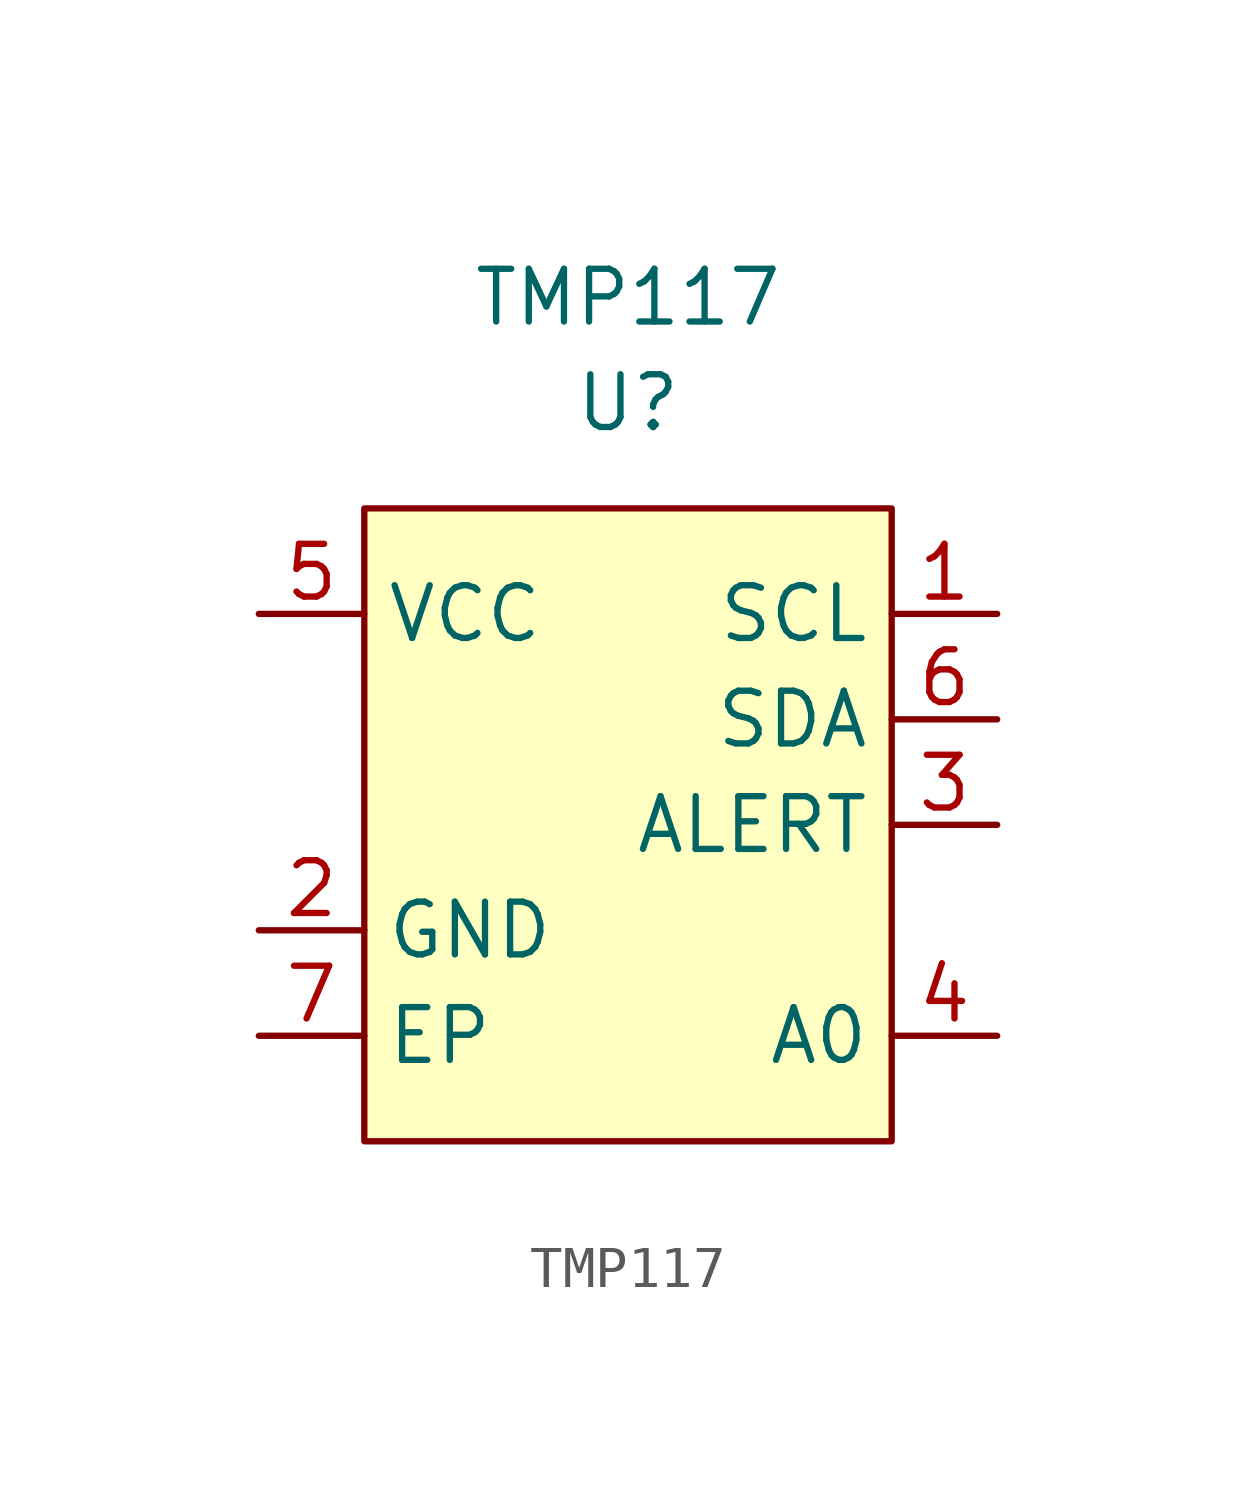
<source format=kicad_sym>
(kicad_symbol_lib
  (version 20211014)
  (generator kicad_symbol_editor)
  (symbol "TMP117"
    (property "Reference" "U"
      (at 0 2.54 0)
      (effects (font (size 1.27 1.27))))
    (property "Value" "TMP117"
      (at 0 5.08 0)
      (effects (font (size 1.27 1.27))))
    (symbol "TMP117_0_0"
      (pin input line (at 8.89 -2.54 180) (length 2.54) (name "SCL" (effects (font (size 1.27 1.27)))) (number "1" (effects (font (size 1.27 1.27)))))
      (pin power_in line (at -8.89 -10.16 0) (length 2.54) (name "GND" (effects (font (size 1.27 1.27)))) (number "2" (effects (font (size 1.27 1.27)))))
      (pin output line (at 8.89 -7.62 180) (length 2.54) (name "ALERT" (effects (font (size 1.27 1.27)))) (number "3" (effects (font (size 1.27 1.27)))))
      (pin input line (at 8.89 -12.7 180) (length 2.54) (name "A0" (effects (font (size 1.27 1.27)))) (number "4" (effects (font (size 1.27 1.27)))))
      (pin power_in line (at -8.89 -2.54 0) (length 2.54) (name "VCC" (effects (font (size 1.27 1.27)))) (number "5" (effects (font (size 1.27 1.27)))))
      (pin bidirectional line (at 8.89 -5.08 180) (length 2.54) (name "SDA" (effects (font (size 1.27 1.27)))) (number "6" (effects (font (size 1.27 1.27)))))
      (pin free line (at -8.89 -12.7 0) (length 2.54) (name "EP" (effects (font (size 1.27 1.27)))) (number "7" (effects (font (size 1.27 1.27))))))
    (symbol "TMP117_0_1"
      (rectangle (start -6.35 0) (end 6.35 -15.24) (stroke (width 0.152) (type default) (color 0 0 0 0)) (fill (type background))))))
</source>
